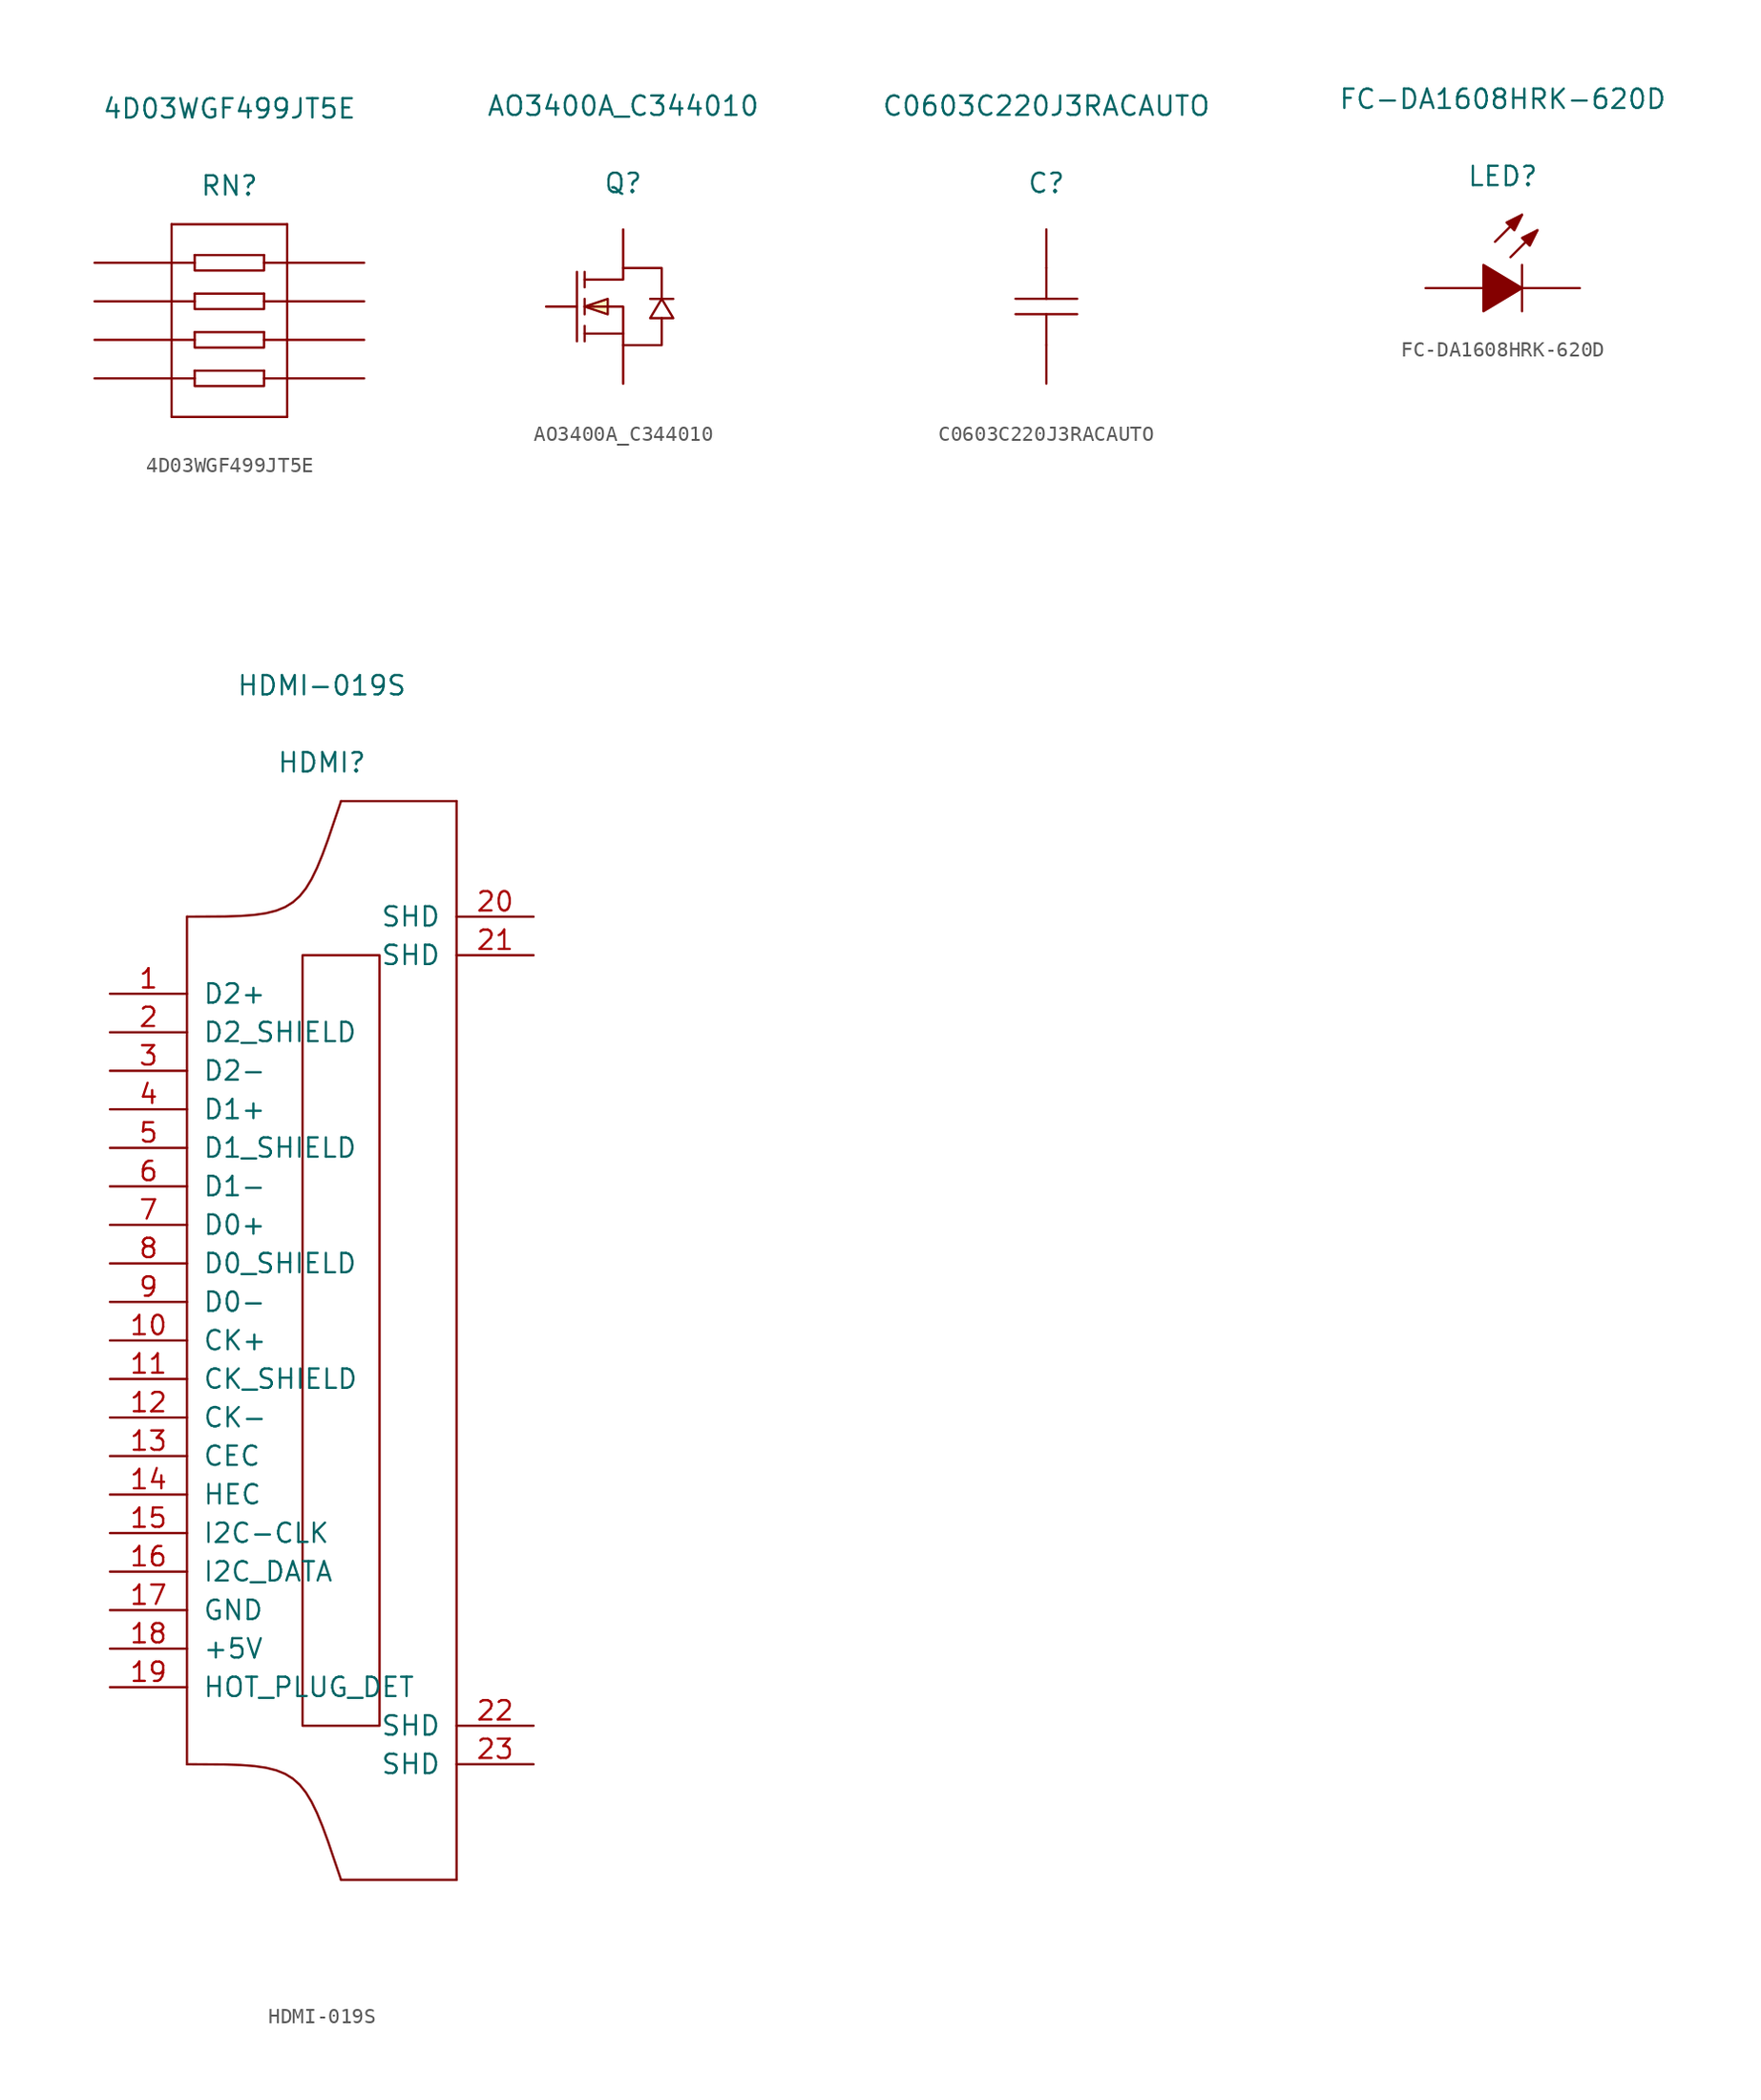
<source format=kicad_sym>
(kicad_symbol_lib
  (version 20211014)
  (generator kicad_symbol_editor)
  (symbol "4D03WGF499JT5E"
    (pin_numbers hide)
    (pin_names
      (offset 1.016) hide)
    (property "Reference" "RN"
      (at 0 8.89 0)
      (effects (font (size 1.27 1.27))))
    (property "Value" "4D03WGF499JT5E"
      (at 0 13.97 0)
      (effects (font (size 1.27 1.27))))
    (symbol "4D03WGF499JT5E_1_1"
      (polyline (pts (xy -3.81 -6.35) (xy 3.81 -6.35)) (stroke (width 0.152) (type default) (color 0 0 0 0)) (fill (type none)))
      (polyline (pts (xy -3.81 -3.81) (xy -2.286 -3.81)) (stroke (width 0.152) (type default) (color 0 0 0 0)) (fill (type none)))
      (polyline (pts (xy -3.81 -1.27) (xy -2.286 -1.27)) (stroke (width 0.152) (type default) (color 0 0 0 0)) (fill (type none)))
      (polyline (pts (xy -3.81 1.27) (xy -2.286 1.27)) (stroke (width 0.152) (type default) (color 0 0 0 0)) (fill (type none)))
      (polyline (pts (xy -3.81 3.81) (xy -2.286 3.81)) (stroke (width 0.152) (type default) (color 0 0 0 0)) (fill (type none)))
      (polyline (pts (xy -3.81 6.35) (xy -3.81 -6.35)) (stroke (width 0.152) (type default) (color 0 0 0 0)) (fill (type none)))
      (polyline (pts (xy -3.81 6.35) (xy 3.81 6.35)) (stroke (width 0.152) (type default) (color 0 0 0 0)) (fill (type none)))
      (polyline (pts (xy -2.286 -3.302) (xy 2.286 -3.302)) (stroke (width 0.152) (type default) (color 0 0 0 0)) (fill (type none)))
      (polyline (pts (xy -2.286 -0.762) (xy 2.286 -0.762)) (stroke (width 0.152) (type default) (color 0 0 0 0)) (fill (type none)))
      (polyline (pts (xy -2.286 1.778) (xy 2.286 1.778)) (stroke (width 0.152) (type default) (color 0 0 0 0)) (fill (type none)))
      (polyline (pts (xy -2.286 4.318) (xy 2.286 4.318)) (stroke (width 0.152) (type default) (color 0 0 0 0)) (fill (type none)))
      (polyline (pts (xy 2.286 -3.81) (xy 3.81 -3.81)) (stroke (width 0.152) (type default) (color 0 0 0 0)) (fill (type none)))
      (polyline (pts (xy 2.286 -1.27) (xy 3.81 -1.27)) (stroke (width 0.152) (type default) (color 0 0 0 0)) (fill (type none)))
      (polyline (pts (xy 2.286 1.27) (xy 3.81 1.27)) (stroke (width 0.152) (type default) (color 0 0 0 0)) (fill (type none)))
      (polyline (pts (xy 2.286 3.81) (xy 3.81 3.81)) (stroke (width 0.152) (type default) (color 0 0 0 0)) (fill (type none)))
      (polyline (pts (xy 3.81 6.35) (xy 3.81 -6.35)) (stroke (width 0.152) (type default) (color 0 0 0 0)) (fill (type none)))
      (polyline (pts (xy -2.286 -3.302) (xy -2.286 -4.318) (xy 2.286 -4.318) (xy 2.286 -3.302)) (stroke (width 0.152) (type default) (color 0 0 0 0)) (fill (type none)))
      (polyline (pts (xy -2.286 -0.762) (xy -2.286 -1.778) (xy 2.286 -1.778) (xy 2.286 -0.762)) (stroke (width 0.152) (type default) (color 0 0 0 0)) (fill (type none)))
      (polyline (pts (xy -2.286 1.778) (xy -2.286 0.762) (xy 2.286 0.762) (xy 2.286 1.778)) (stroke (width 0.152) (type default) (color 0 0 0 0)) (fill (type none)))
      (polyline (pts (xy -2.286 4.318) (xy -2.286 3.302) (xy 2.286 3.302) (xy 2.286 4.318)) (stroke (width 0.152) (type default) (color 0 0 0 0)) (fill (type none)))
      (pin input line (at -8.89 3.81 0) (length 5.08) (name "1" (effects (font (size 1.27 1.27)))) (number "1" (effects (font (size 1.27 1.27)))))
      (pin input line (at -8.89 1.27 0) (length 5.08) (name "2" (effects (font (size 1.27 1.27)))) (number "2" (effects (font (size 1.27 1.27)))))
      (pin input line (at -8.89 -1.27 0) (length 5.08) (name "3" (effects (font (size 1.27 1.27)))) (number "3" (effects (font (size 1.27 1.27)))))
      (pin input line (at -8.89 -3.81 0) (length 5.08) (name "4" (effects (font (size 1.27 1.27)))) (number "4" (effects (font (size 1.27 1.27)))))
      (pin input line (at 8.89 -3.81 180) (length 5.08) (name "5" (effects (font (size 1.27 1.27)))) (number "5" (effects (font (size 1.27 1.27)))))
      (pin input line (at 8.89 -1.27 180) (length 5.08) (name "6" (effects (font (size 1.27 1.27)))) (number "6" (effects (font (size 1.27 1.27)))))
      (pin input line (at 8.89 1.27 180) (length 5.08) (name "7" (effects (font (size 1.27 1.27)))) (number "7" (effects (font (size 1.27 1.27)))))
      (pin input line (at 8.89 3.81 180) (length 5.08) (name "8" (effects (font (size 1.27 1.27)))) (number "8" (effects (font (size 1.27 1.27)))))))
  (symbol "AO3400A_C344010"
    (pin_numbers hide)
    (pin_names
      (offset 1.016) hide)
    (property "Reference" "Q"
      (at 0 8.128 0)
      (effects (font (size 1.27 1.27))))
    (property "Value" "AO3400A_C344010"
      (at 0 13.208 0)
      (effects (font (size 1.27 1.27))))
    (symbol "AO3400A_C344010_1_1"
      (polyline (pts (xy -3.048 2.286) (xy -3.048 -2.286)) (stroke (width 0.152) (type default) (color 0 0 0 0)) (fill (type none)))
      (polyline (pts (xy -2.54 -2.286) (xy -2.54 -1.27)) (stroke (width 0.152) (type default) (color 0 0 0 0)) (fill (type none)))
      (polyline (pts (xy -2.54 -0.508) (xy -2.54 0.508)) (stroke (width 0.152) (type default) (color 0 0 0 0)) (fill (type none)))
      (polyline (pts (xy -2.54 2.286) (xy -2.54 1.27)) (stroke (width 0.152) (type default) (color 0 0 0 0)) (fill (type none)))
      (polyline (pts (xy 0 -1.778) (xy -2.54 -1.778)) (stroke (width 0.152) (type default) (color 0 0 0 0)) (fill (type none)))
      (polyline (pts (xy -2.54 0) (xy -1.016 -0.508) (xy -1.016 0.508) (xy -2.54 0)) (stroke (width 0.152) (type default) (color 0 0 0 0)) (fill (type background)))
      (polyline (pts (xy 2.54 0.508) (xy 1.778 -0.762) (xy 3.302 -0.762) (xy 2.54 0.508)) (stroke (width 0.152) (type default) (color 0 0 0 0)) (fill (type none)))
      (polyline (pts (xy 3.302 0.508) (xy 3.048 0.508) (xy 2.032 0.508) (xy 1.778 0.508)) (stroke (width 0.152) (type default) (color 0 0 0 0)) (fill (type none)))
      (polyline (pts (xy -2.54 0) (xy 0 0) (xy 0 -2.54) (xy 2.54 -2.54) (xy 2.54 -0.762)) (stroke (width 0.152) (type default) (color 0 0 0 0)) (fill (type none)))
      (polyline (pts (xy -2.54 1.778) (xy 0 1.778) (xy 0 2.54) (xy 2.54 2.54) (xy 2.54 0.508)) (stroke (width 0.152) (type default) (color 0 0 0 0)) (fill (type none)))
      (pin input line (at -5.08 0 0) (length 2.032) (name "G" (effects (font (size 1.27 1.27)))) (number "1" (effects (font (size 1.27 1.27)))))
      (pin input line (at 0 -5.08 90) (length 2.54) (name "S" (effects (font (size 1.27 1.27)))) (number "2" (effects (font (size 1.27 1.27)))))
      (pin input line (at 0 5.08 270) (length 2.54) (name "D" (effects (font (size 1.27 1.27)))) (number "3" (effects (font (size 1.27 1.27)))))))
  (symbol "C0603C220J3RACAUTO"
    (pin_numbers hide)
    (pin_names
      (offset 1.016) hide)
    (property "Reference" "C"
      (at 0 8.128 0)
      (effects (font (size 1.27 1.27))))
    (property "Value" "C0603C220J3RACAUTO"
      (at 0 13.208 0)
      (effects (font (size 1.27 1.27))))
    (symbol "C0603C220J3RACAUTO_1_1"
      (polyline (pts (xy -2.032 0.508) (xy 2.032 0.508)) (stroke (width 0.152) (type default) (color 0 0 0 0)) (fill (type none)))
      (polyline (pts (xy 0 -0.508) (xy 0 -2.54)) (stroke (width 0.152) (type default) (color 0 0 0 0)) (fill (type none)))
      (polyline (pts (xy 0 2.54) (xy 0 0.508)) (stroke (width 0.152) (type default) (color 0 0 0 0)) (fill (type none)))
      (polyline (pts (xy 2.032 -0.508) (xy -2.032 -0.508)) (stroke (width 0.152) (type default) (color 0 0 0 0)) (fill (type none)))
      (pin input line (at 0 -5.08 90) (length 2.54) (name "1" (effects (font (size 1.27 1.27)))) (number "1" (effects (font (size 1.27 1.27)))))
      (pin input line (at 0 5.08 270) (length 2.54) (name "2" (effects (font (size 1.27 1.27)))) (number "2" (effects (font (size 1.27 1.27)))))))
  (symbol "FC-DA1608HRK-620D"
    (pin_numbers hide)
    (pin_names
      (offset 1.016) hide)
    (property "Reference" "LED"
      (at 0 6.096 0)
      (effects (font (size 1.27 1.27))))
    (property "Value" "FC-DA1608HRK-620D"
      (at 0 11.176 0)
      (effects (font (size 1.27 1.27))))
    (symbol "FC-DA1608HRK-620D_1_1"
      (polyline (pts (xy -0.508 1.778) (xy 1.27 3.556)) (stroke (width 0.152) (type default) (color 0 0 0 0)) (fill (type none)))
      (polyline (pts (xy 0.508 0.762) (xy 2.286 2.54)) (stroke (width 0.152) (type default) (color 0 0 0 0)) (fill (type none)))
      (polyline (pts (xy 1.27 0.254) (xy 1.27 -2.794)) (stroke (width 0.152) (type default) (color 0 0 0 0)) (fill (type none)))
      (polyline (pts (xy -1.27 -2.794) (xy 1.27 -1.27) (xy -1.27 0.254) (xy -1.27 -2.794)) (stroke (width 0.152) (type default) (color 0 0 0 0)) (fill (type outline)))
      (polyline (pts (xy 1.27 3.556) (xy 0.254 3.048) (xy 0.762 2.54) (xy 1.27 3.556)) (stroke (width 0.152) (type default) (color 0 0 0 0)) (fill (type outline)))
      (polyline (pts (xy 2.286 2.54) (xy 1.27 2.032) (xy 1.778 1.524) (xy 2.286 2.54)) (stroke (width 0.152) (type default) (color 0 0 0 0)) (fill (type outline)))
      (pin input line (at -5.08 -1.27 0) (length 3.81) (name "A" (effects (font (size 1.27 1.27)))) (number "1" (effects (font (size 1.27 1.27)))))
      (pin input line (at 5.08 -1.27 180) (length 3.81) (name "K" (effects (font (size 1.27 1.27)))) (number "2" (effects (font (size 1.27 1.27)))))))
  (symbol "HDMI-019S"
    (pin_names
      (offset 1.016))
    (property "Reference" "HDMI"
      (at 0 38.1 0)
      (effects (font (size 1.27 1.27))))
    (property "Value" "HDMI-019S"
      (at 0 43.18 0)
      (effects (font (size 1.27 1.27))))
    (symbol "HDMI-019S_1_1"
      (bezier (pts (xy -8.89 -27.94) (xy -1.27 -27.94) (xy -1.27 -27.94) (xy 1.27 -35.56)) (stroke (width 0.152) (type default) (color 0 0 0 0)) (fill (type none)))
      (bezier (pts (xy -8.89 27.94) (xy -1.27 27.94) (xy -1.27 27.94) (xy 1.27 35.56)) (stroke (width 0.152) (type default) (color 0 0 0 0)) (fill (type none)))
      (rectangle (start -1.27 25.4) (end 3.81 -25.4) (stroke (width 0.152) (type default) (color 0 0 0 0)) (fill (type none)))
      (polyline (pts (xy -8.89 27.94) (xy -8.89 -27.94)) (stroke (width 0.152) (type default) (color 0 0 0 0)) (fill (type none)))
      (polyline (pts (xy 8.89 -35.56) (xy 1.27 -35.56)) (stroke (width 0.152) (type default) (color 0 0 0 0)) (fill (type none)))
      (polyline (pts (xy 8.89 35.56) (xy 1.27 35.56)) (stroke (width 0.152) (type default) (color 0 0 0 0)) (fill (type none)))
      (polyline (pts (xy 8.89 35.56) (xy 8.89 -35.56)) (stroke (width 0.152) (type default) (color 0 0 0 0)) (fill (type none)))
      (pin passive line (at -13.97 22.86 0) (length 5.08) (name "D2+" (effects (font (size 1.27 1.27)))) (number "1" (effects (font (size 1.27 1.27)))))
      (pin passive line (at -13.97 0 0) (length 5.08) (name "CK+" (effects (font (size 1.27 1.27)))) (number "10" (effects (font (size 1.27 1.27)))))
      (pin passive line (at -13.97 -2.54 0) (length 5.08) (name "CK_SHIELD" (effects (font (size 1.27 1.27)))) (number "11" (effects (font (size 1.27 1.27)))))
      (pin passive line (at -13.97 -5.08 0) (length 5.08) (name "CK-" (effects (font (size 1.27 1.27)))) (number "12" (effects (font (size 1.27 1.27)))))
      (pin bidirectional line (at -13.97 -7.62 0) (length 5.08) (name "CEC" (effects (font (size 1.27 1.27)))) (number "13" (effects (font (size 1.27 1.27)))))
      (pin passive line (at -13.97 -10.16 0) (length 5.08) (name "HEC" (effects (font (size 1.27 1.27)))) (number "14" (effects (font (size 1.27 1.27)))))
      (pin input line (at -13.97 -12.7 0) (length 5.08) (name "I2C-CLK" (effects (font (size 1.27 1.27)))) (number "15" (effects (font (size 1.27 1.27)))))
      (pin bidirectional line (at -13.97 -15.24 0) (length 5.08) (name "I2C_DATA" (effects (font (size 1.27 1.27)))) (number "16" (effects (font (size 1.27 1.27)))))
      (pin power_in line (at -13.97 -17.78 0) (length 5.08) (name "GND" (effects (font (size 1.27 1.27)))) (number "17" (effects (font (size 1.27 1.27)))))
      (pin power_in line (at -13.97 -20.32 0) (length 5.08) (name "+5V" (effects (font (size 1.27 1.27)))) (number "18" (effects (font (size 1.27 1.27)))))
      (pin input line (at -13.97 -22.86 0) (length 5.08) (name "HOT_PLUG_DET" (effects (font (size 1.27 1.27)))) (number "19" (effects (font (size 1.27 1.27)))))
      (pin passive line (at -13.97 20.32 0) (length 5.08) (name "D2_SHIELD" (effects (font (size 1.27 1.27)))) (number "2" (effects (font (size 1.27 1.27)))))
      (pin passive line (at 13.97 27.94 180) (length 5.08) (name "SHD" (effects (font (size 1.27 1.27)))) (number "20" (effects (font (size 1.27 1.27)))))
      (pin passive line (at 13.97 25.4 180) (length 5.08) (name "SHD" (effects (font (size 1.27 1.27)))) (number "21" (effects (font (size 1.27 1.27)))))
      (pin passive line (at 13.97 -25.4 180) (length 5.08) (name "SHD" (effects (font (size 1.27 1.27)))) (number "22" (effects (font (size 1.27 1.27)))))
      (pin passive line (at 13.97 -27.94 180) (length 5.08) (name "SHD" (effects (font (size 1.27 1.27)))) (number "23" (effects (font (size 1.27 1.27)))))
      (pin passive line (at -13.97 17.78 0) (length 5.08) (name "D2-" (effects (font (size 1.27 1.27)))) (number "3" (effects (font (size 1.27 1.27)))))
      (pin passive line (at -13.97 15.24 0) (length 5.08) (name "D1+" (effects (font (size 1.27 1.27)))) (number "4" (effects (font (size 1.27 1.27)))))
      (pin passive line (at -13.97 12.7 0) (length 5.08) (name "D1_SHIELD" (effects (font (size 1.27 1.27)))) (number "5" (effects (font (size 1.27 1.27)))))
      (pin passive line (at -13.97 10.16 0) (length 5.08) (name "D1-" (effects (font (size 1.27 1.27)))) (number "6" (effects (font (size 1.27 1.27)))))
      (pin passive line (at -13.97 7.62 0) (length 5.08) (name "D0+" (effects (font (size 1.27 1.27)))) (number "7" (effects (font (size 1.27 1.27)))))
      (pin passive line (at -13.97 5.08 0) (length 5.08) (name "D0_SHIELD" (effects (font (size 1.27 1.27)))) (number "8" (effects (font (size 1.27 1.27)))))
      (pin passive line (at -13.97 2.54 0) (length 5.08) (name "D0-" (effects (font (size 1.27 1.27)))) (number "9" (effects (font (size 1.27 1.27))))))))
</source>
